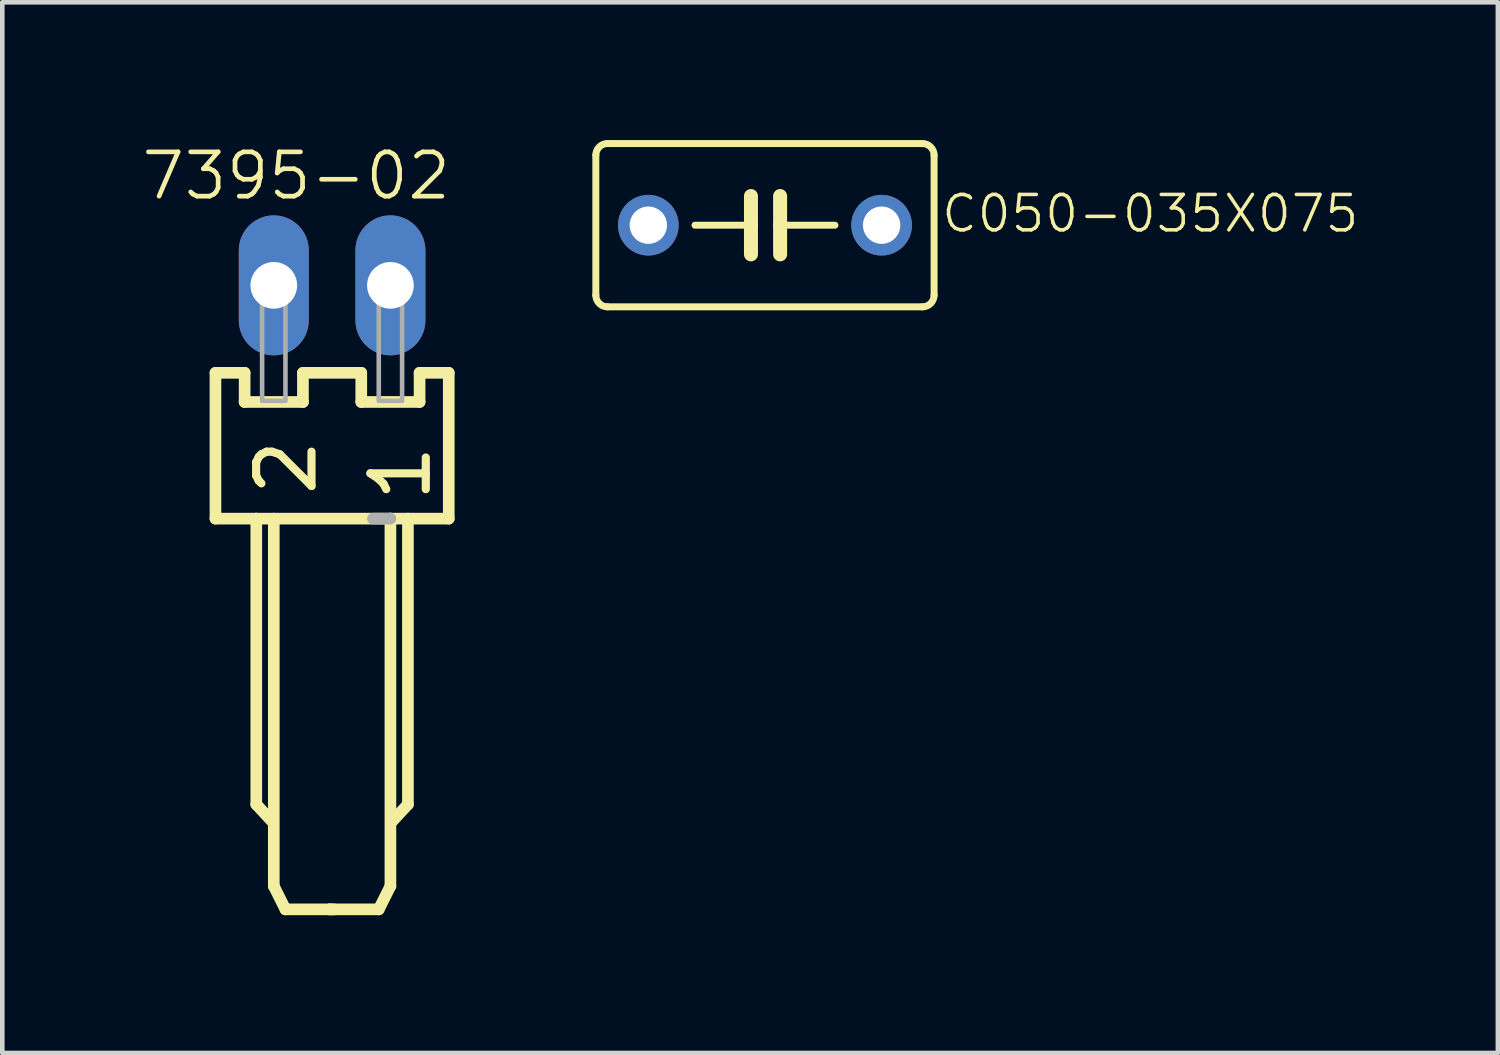
<source format=kicad_pcb>
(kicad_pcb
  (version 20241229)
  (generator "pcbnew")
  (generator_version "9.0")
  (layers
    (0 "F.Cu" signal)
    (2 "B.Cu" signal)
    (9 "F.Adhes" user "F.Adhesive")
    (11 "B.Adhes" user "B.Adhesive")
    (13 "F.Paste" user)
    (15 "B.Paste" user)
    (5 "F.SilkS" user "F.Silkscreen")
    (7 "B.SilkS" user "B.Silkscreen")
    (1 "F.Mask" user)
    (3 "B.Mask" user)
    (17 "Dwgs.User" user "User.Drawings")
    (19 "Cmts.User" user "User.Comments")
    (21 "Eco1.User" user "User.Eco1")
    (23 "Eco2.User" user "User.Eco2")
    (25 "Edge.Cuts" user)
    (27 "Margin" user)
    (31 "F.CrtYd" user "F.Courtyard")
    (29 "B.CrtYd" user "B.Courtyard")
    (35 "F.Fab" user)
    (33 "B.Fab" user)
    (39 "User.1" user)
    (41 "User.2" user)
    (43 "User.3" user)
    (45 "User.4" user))
  (footprint "7395-02"
    (layer "F.Cu")
    (at 4.182 3.164)
    (property "Reference" "7395-02" (at 2.64 -2.948 0) (layer "F.SilkS") (effects (font (size 0.965 0.965) (thickness 0.102)) (justify right top)))
    (attr through_hole)
    (fp_line (start -2.54 1.905) (end -2.54 5.08) (stroke (width 0.254) (type solid)) (layer "F.SilkS"))
    (fp_line (start -2.54 5.08) (end -1.651 5.08) (stroke (width 0.254) (type solid)) (layer "F.SilkS"))
    (fp_line (start -1.905 1.905) (end -2.54 1.905) (stroke (width 0.254) (type solid)) (layer "F.SilkS"))
    (fp_line (start -1.905 2.54) (end -1.905 1.905) (stroke (width 0.254) (type solid)) (layer "F.SilkS"))
    (fp_line (start -1.651 5.08) (end -1.651 11.303) (stroke (width 0.254) (type solid)) (layer "F.SilkS"))
    (fp_line (start -1.651 5.08) (end 1.27 5.08) (stroke (width 0.254) (type solid)) (layer "F.SilkS"))
    (fp_line (start -1.651 11.303) (end -1.321 11.659) (stroke (width 0.254) (type solid)) (layer "F.SilkS"))
    (fp_line (start -1.27 5.08) (end -1.27 13.081) (stroke (width 0.254) (type solid)) (layer "F.SilkS"))
    (fp_line (start -1.27 13.081) (end -1.016 13.589) (stroke (width 0.254) (type solid)) (layer "F.SilkS"))
    (fp_line (start -1.016 13.589) (end -0.051 13.589) (stroke (width 0.254) (type solid)) (layer "F.SilkS"))
    (fp_line (start -0.635 1.905) (end -0.635 2.54) (stroke (width 0.254) (type solid)) (layer "F.SilkS"))
    (fp_line (start -0.635 2.54) (end -1.905 2.54) (stroke (width 0.254) (type solid)) (layer "F.SilkS"))
    (fp_line (start -0.051 13.589) (end 0.051 13.589) (stroke (width 0.254) (type solid)) (layer "F.SilkS"))
    (fp_line (start 0.635 1.905) (end -0.635 1.905) (stroke (width 0.254) (type solid)) (layer "F.SilkS"))
    (fp_line (start 0.635 2.54) (end 0.635 1.905) (stroke (width 0.254) (type solid)) (layer "F.SilkS"))
    (fp_line (start 1.016 13.589) (end -0.051 13.589) (stroke (width 0.254) (type solid)) (layer "F.SilkS"))
    (fp_line (start 1.27 5.08) (end 1.27 13.081) (stroke (width 0.254) (type solid)) (layer "F.SilkS"))
    (fp_line (start 1.27 5.08) (end 2.54 5.08) (stroke (width 0.254) (type solid)) (layer "F.SilkS"))
    (fp_line (start 1.27 13.081) (end 1.016 13.589) (stroke (width 0.254) (type solid)) (layer "F.SilkS"))
    (fp_line (start 1.651 5.08) (end 1.651 11.303) (stroke (width 0.254) (type solid)) (layer "F.SilkS"))
    (fp_line (start 1.651 11.303) (end 1.321 11.659) (stroke (width 0.254) (type solid)) (layer "F.SilkS"))
    (fp_line (start 1.905 1.905) (end 1.905 2.54) (stroke (width 0.254) (type solid)) (layer "F.SilkS"))
    (fp_line (start 1.905 2.54) (end 0.635 2.54) (stroke (width 0.254) (type solid)) (layer "F.SilkS"))
    (fp_line (start 2.54 1.905) (end 1.905 1.905) (stroke (width 0.254) (type solid)) (layer "F.SilkS"))
    (fp_line (start 2.54 5.08) (end 2.54 1.905) (stroke (width 0.254) (type solid)) (layer "F.SilkS"))
    (fp_line (start 1.27 5.08) (end 0.889 5.08) (stroke (width 0.254) (type solid)) (layer "F.Fab"))
    (fp_poly (pts (xy -1.524 0.254) (xy -1.016 0.254) (xy -1.016 -0.254) (xy -1.524 -0.254)) (stroke (width 0.1) (type solid)) (fill no) (layer "F.Fab"))
    (fp_poly (pts (xy -1.524 2.515) (xy -1.016 2.515) (xy -1.016 0.279) (xy -1.524 0.279)) (stroke (width 0.1) (type solid)) (fill no) (layer "F.Fab"))
    (fp_poly (pts (xy 1.016 0.254) (xy 1.524 0.254) (xy 1.524 -0.254) (xy 1.016 -0.254)) (stroke (width 0.1) (type solid)) (fill no) (layer "F.Fab"))
    (fp_poly (pts (xy 1.016 2.515) (xy 1.524 2.515) (xy 1.524 0.279) (xy 1.016 0.279)) (stroke (width 0.1) (type solid)) (fill no) (layer "F.Fab"))
    (fp_text user "1" (at 0.786 3.402 90) (layer "F.SilkS") (effects (font (size 1.206 1.206) (thickness 0.178)) (justify right top)))
    (fp_text user "2" (at -1.703 3.275 90) (layer "F.SilkS") (effects (font (size 1.206 1.206) (thickness 0.178)) (justify right top)))
    (pad "1" thru_hole oval (at 1.27 0 90) (size 3.048 1.524) (drill 1.016) (layers "*.Cu" "*.Mask"))
    (pad "2" thru_hole oval (at -1.27 0 90) (size 3.048 1.524) (drill 1.016) (layers "*.Cu" "*.Mask")))
  (footprint "C050-035X075"
    (layer "F.Cu")
    (at 13.608 1.854)
    (property "Reference" "C050-035X075" (at 3.8 0.2 0) (layer "F.SilkS") (effects (font (size 0.772 0.772) (thickness 0.077)) (justify left bottom)))
    (attr through_hole)
    (fp_line (start -3.683 -1.524) (end -3.683 1.524) (stroke (width 0.152) (type solid)) (layer "F.SilkS"))
    (fp_line (start -3.429 1.778) (end 3.429 1.778) (stroke (width 0.152) (type solid)) (layer "F.SilkS"))
    (fp_line (start -0.305 -0.635) (end -0.305 0) (stroke (width 0.305) (type solid)) (layer "F.SilkS"))
    (fp_line (start -0.305 0) (end -1.524 0) (stroke (width 0.152) (type solid)) (layer "F.SilkS"))
    (fp_line (start -0.305 0) (end -0.305 0.635) (stroke (width 0.305) (type solid)) (layer "F.SilkS"))
    (fp_line (start 0.33 -0.635) (end 0.33 0) (stroke (width 0.305) (type solid)) (layer "F.SilkS"))
    (fp_line (start 0.33 0) (end 0.33 0.635) (stroke (width 0.305) (type solid)) (layer "F.SilkS"))
    (fp_line (start 0.33 0) (end 1.524 0) (stroke (width 0.152) (type solid)) (layer "F.SilkS"))
    (fp_line (start 3.429 -1.778) (end -3.429 -1.778) (stroke (width 0.152) (type solid)) (layer "F.SilkS"))
    (fp_line (start 3.683 1.524) (end 3.683 -1.524) (stroke (width 0.152) (type solid)) (layer "F.SilkS"))
    (fp_arc (start -3.683 -1.524) (mid -3.608605 -1.703605) (end -3.429 -1.778) (stroke (width 0.1524) (type solid)) (layer "F.SilkS"))
    (fp_arc (start -3.429 1.778) (mid -3.608605 1.703605) (end -3.683 1.524) (stroke (width 0.1524) (type solid)) (layer "F.SilkS"))
    (fp_arc (start 3.429 -1.778) (mid 3.608605 -1.703605) (end 3.683 -1.524) (stroke (width 0.1524) (type solid)) (layer "F.SilkS"))
    (fp_arc (start 3.683 1.524) (mid 3.608605 1.703605) (end 3.429 1.778) (stroke (width 0.1524) (type solid)) (layer "F.SilkS"))
    (pad "1" thru_hole circle (at -2.54 0) (size 1.321 1.321) (drill 0.813) (layers "*.Cu" "*.Mask"))
    (pad "2" thru_hole circle (at 2.54 0) (size 1.321 1.321) (drill 0.813) (layers "*.Cu" "*.Mask")))
  (gr_rect
    (start -3 -3)
    (end 29.568 19.88)
    (stroke (width 0.1) (type default))
    (fill no)
    (layer "Edge.Cuts")))
</source>
